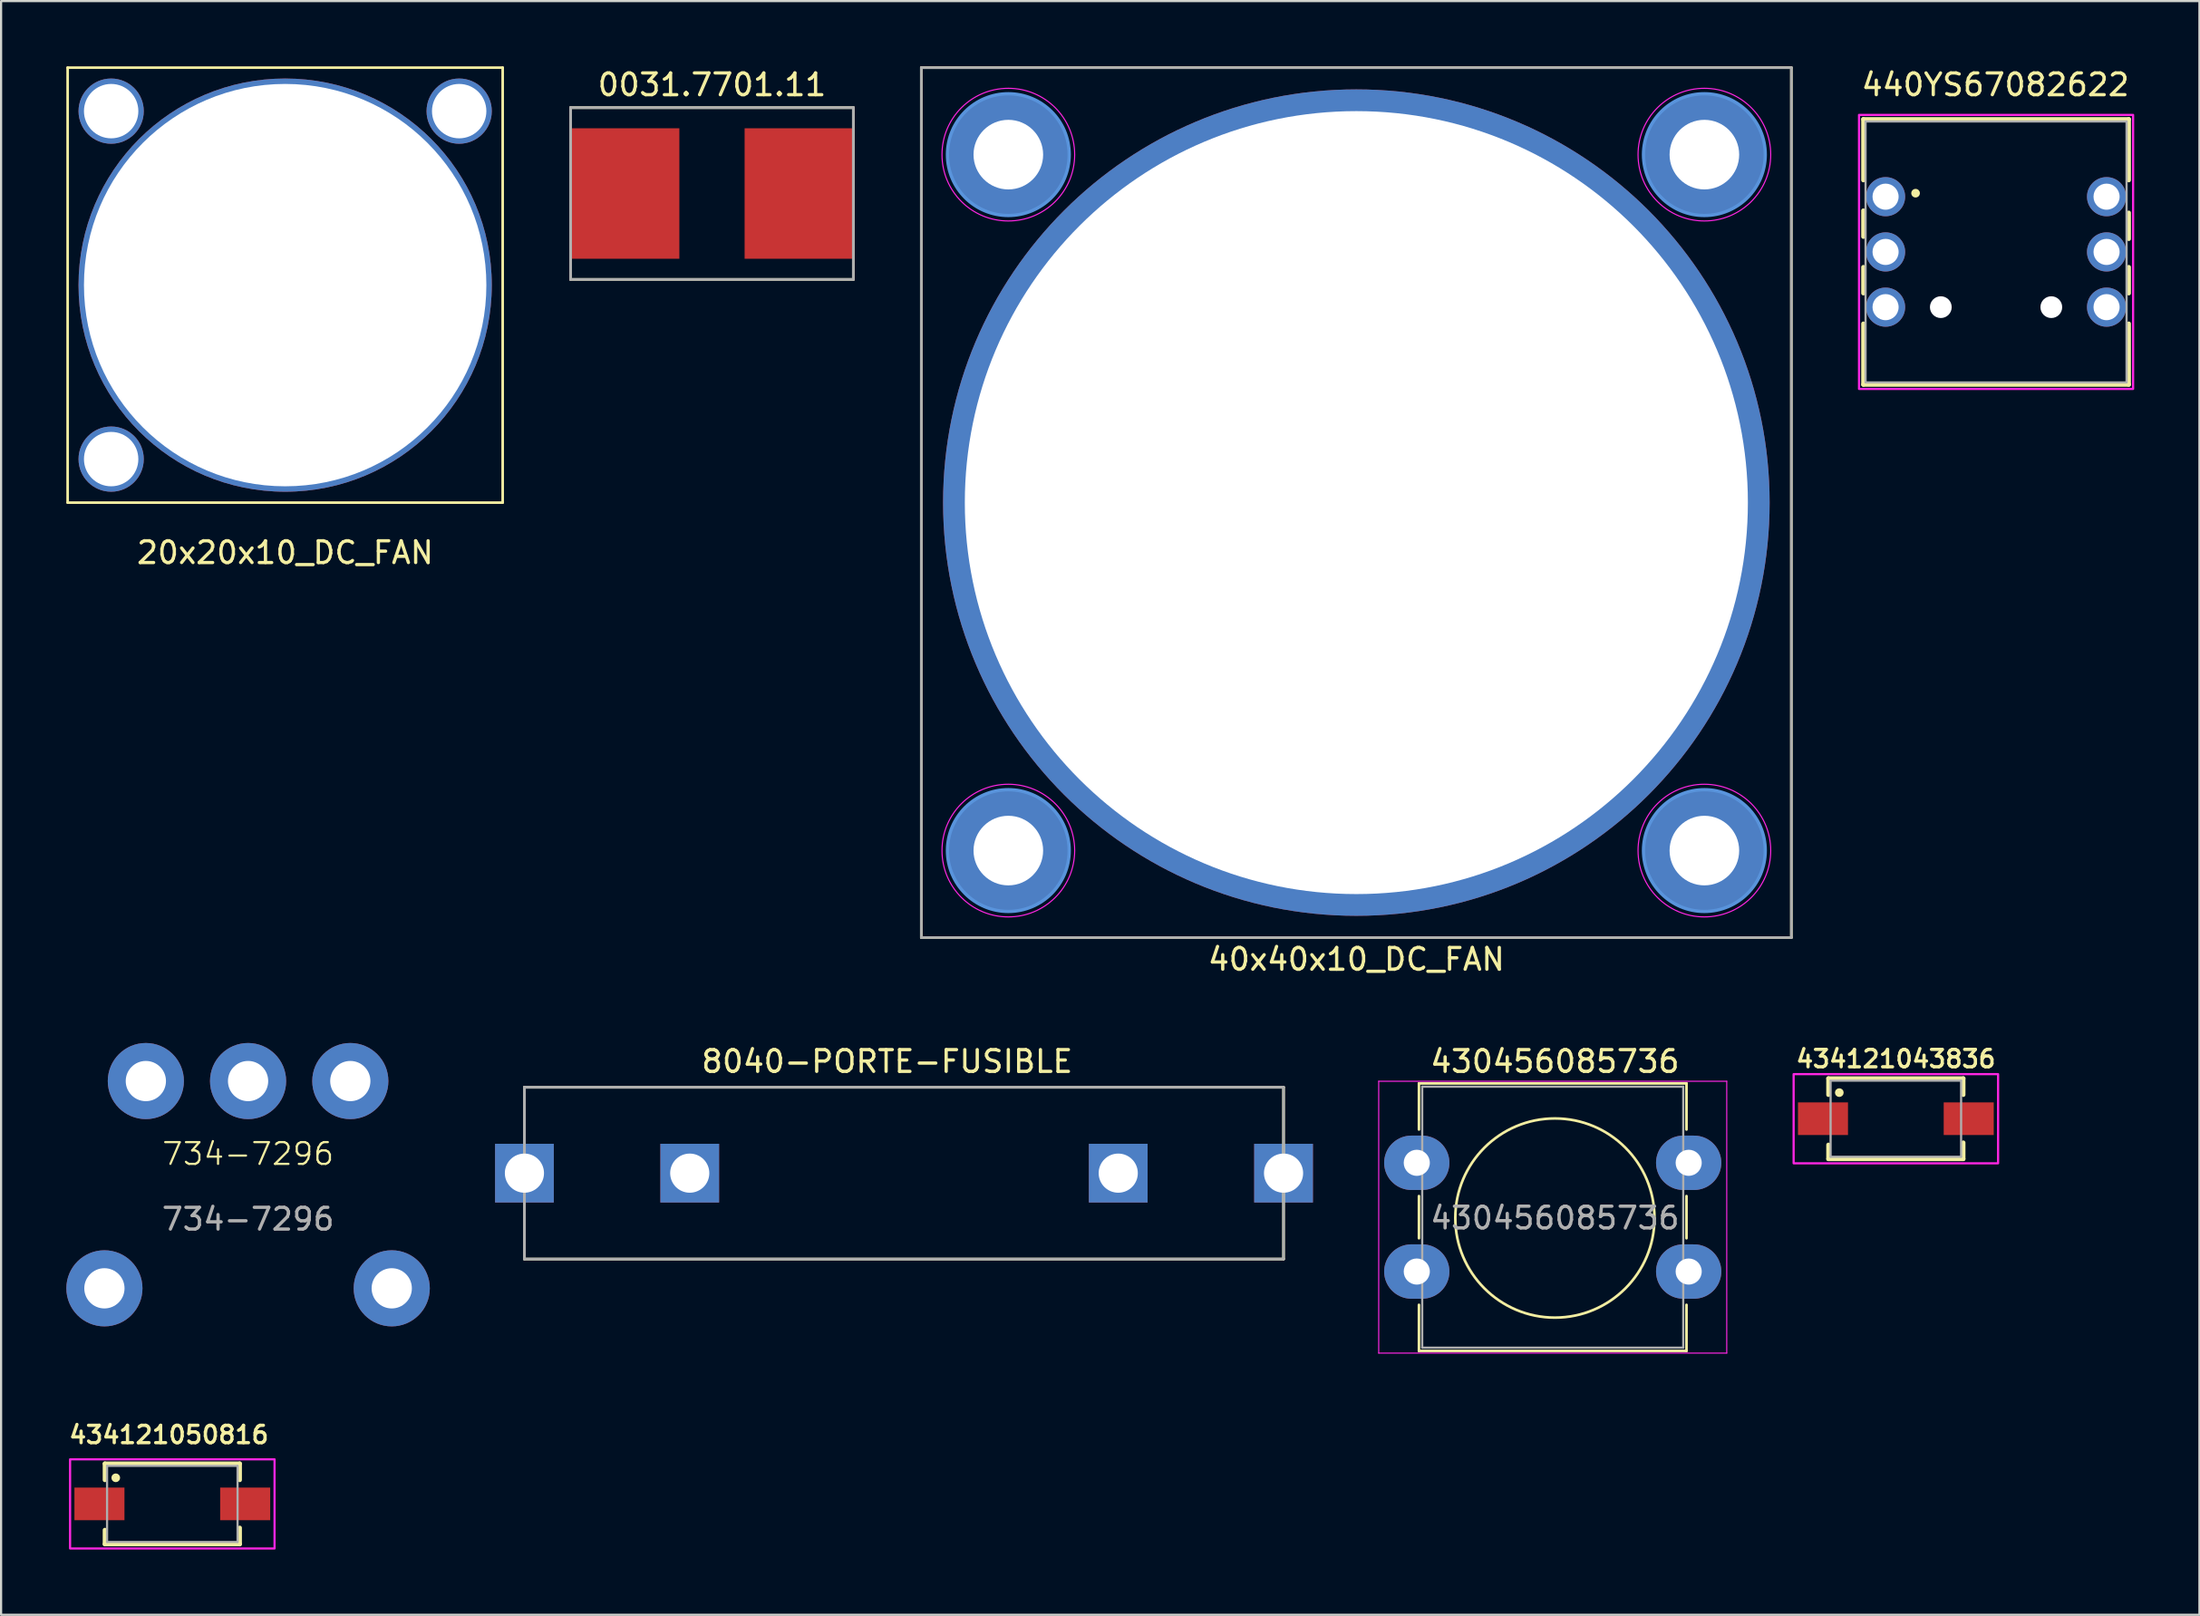
<source format=kicad_pcb>
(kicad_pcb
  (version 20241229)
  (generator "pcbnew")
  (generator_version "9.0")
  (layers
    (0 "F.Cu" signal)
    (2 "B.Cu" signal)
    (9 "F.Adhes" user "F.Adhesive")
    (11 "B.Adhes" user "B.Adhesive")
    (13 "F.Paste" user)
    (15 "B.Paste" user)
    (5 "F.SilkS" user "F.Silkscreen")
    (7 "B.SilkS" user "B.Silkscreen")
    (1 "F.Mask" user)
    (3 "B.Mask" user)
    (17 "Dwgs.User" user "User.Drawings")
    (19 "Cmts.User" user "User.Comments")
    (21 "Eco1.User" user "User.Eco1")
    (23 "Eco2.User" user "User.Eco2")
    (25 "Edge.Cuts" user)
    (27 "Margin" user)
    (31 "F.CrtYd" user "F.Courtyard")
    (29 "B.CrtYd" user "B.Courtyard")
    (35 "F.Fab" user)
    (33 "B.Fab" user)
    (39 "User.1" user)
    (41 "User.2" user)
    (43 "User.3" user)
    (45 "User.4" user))
  (footprint "8040-PORTE-FUSIBLE"
    (layer "F.Cu")
    (at 21.06 50.892)
    (property "Reference" "8040-PORTE-FUSIBLE" (at 16.675 -5.135 0) (layer "F.SilkS") (effects (font (size 1 1) (thickness 0.15))))
    (attr through_hole)
    (fp_line (start 0 -3.95) (end 34.9 -3.95) (stroke (width 0.12) (type solid)) (layer "F.SilkS"))
    (fp_line (start 0 3.95) (end 0 -3.95) (stroke (width 0.12) (type solid)) (layer "F.SilkS"))
    (fp_line (start 34.9 -3.95) (end 34.9 3.95) (stroke (width 0.12) (type solid)) (layer "F.SilkS"))
    (fp_line (start 34.9 3.95) (end 0 3.95) (stroke (width 0.12) (type solid)) (layer "F.SilkS"))
    (fp_line (start 0 -3.95) (end 0 3.95) (stroke (width 0.127) (type solid)) (layer "F.Fab"))
    (fp_line (start 0 3.95) (end 34.9 3.95) (stroke (width 0.127) (type solid)) (layer "F.Fab"))
    (fp_line (start 34.9 -3.95) (end 0 -3.95) (stroke (width 0.127) (type solid)) (layer "F.Fab"))
    (fp_line (start 34.9 3.95) (end 34.9 -3.95) (stroke (width 0.127) (type solid)) (layer "F.Fab"))
    (pad "1" thru_hole rect (at 27.3 0) (size 2.7 2.7) (drill 1.8) (layers "*.Cu" "*.Mask"))
    (pad "1" thru_hole rect (at 34.9 0) (size 2.7 2.7) (drill 1.8) (layers "*.Cu" "*.Mask"))
    (pad "2" thru_hole rect (at 0 0) (size 2.7 2.7) (drill 1.8) (layers "*.Cu" "*.Mask"))
    (pad "2" thru_hole rect (at 7.6 0) (size 2.7 2.7) (drill 1.8) (layers "*.Cu" "*.Mask")))
  (footprint "20x20x10_DC_FAN"
    (layer "F.Cu")
    (at 10.06 10.06)
    (property "Reference" "20x20x10_DC_FAN" (at 0 12.3 0) (layer "F.SilkS") (effects (font (size 1 1) (thickness 0.15))))
    (attr through_hole)
    (fp_line (start -10 -10) (end 10 -10) (stroke (width 0.12) (type solid)) (layer "F.SilkS"))
    (fp_line (start -10 10) (end -10 -10) (stroke (width 0.12) (type solid)) (layer "F.SilkS"))
    (fp_line (start 10 -10) (end 10 10) (stroke (width 0.12) (type solid)) (layer "F.SilkS"))
    (fp_line (start 10 10) (end -10 10) (stroke (width 0.12) (type solid)) (layer "F.SilkS"))
    (pad "" np_thru_hole circle (at -8 -8) (size 3 3) (drill 2.5) (layers "*.Cu" "*.Mask"))
    (pad "" np_thru_hole circle (at -8 8 90) (size 3 3) (drill 2.5) (layers "*.Cu" "*.Mask"))
    (pad "" np_thru_hole circle (at 0 0) (size 19 19) (drill 18.5) (layers "*.Cu" "*.Mask"))
    (pad "" np_thru_hole circle (at 8 -8) (size 3 3) (drill 2.5) (layers "*.Cu" "*.Mask")))
  (footprint "434121050816"
    (layer "F.Cu")
    (at 4.872 66.1)
    (property "Reference" "434121050816" (at -0.156 -3.177 0) (layer "F.SilkS") (effects (font (size 0.8 0.8) (thickness 0.15))))
    (attr through_hole)
    (fp_line (start -3.1 -1.85) (end 3.1 -1.85) (stroke (width 0.2) (type solid)) (layer "F.SilkS"))
    (fp_line (start -3.1 -1.1) (end -3.1 -1.85) (stroke (width 0.2) (type solid)) (layer "F.SilkS"))
    (fp_line (start -3.1 1.2) (end -3.1 1.85) (stroke (width 0.2) (type solid)) (layer "F.SilkS"))
    (fp_line (start -3.1 1.85) (end 3.1 1.85) (stroke (width 0.2) (type solid)) (layer "F.SilkS"))
    (fp_line (start 3.1 -1.85) (end 3.1 -1.1) (stroke (width 0.2) (type solid)) (layer "F.SilkS"))
    (fp_line (start 3.1 1.85) (end 3.1 1.1) (stroke (width 0.2) (type solid)) (layer "F.SilkS"))
    (fp_circle (center -2.6 -1.2) (end -2.5 -1.2) (stroke (width 0.2) (type solid)) (fill no) (layer "F.SilkS"))
    (fp_poly (pts (xy -4.7 -2.05) (xy 4.7 -2.05) (xy 4.7 2.05) (xy -4.7 2.05)) (stroke (width 0.1) (type solid)) (fill no) (layer "F.CrtYd"))
    (fp_line (start -3 -1.75) (end -3 1.75) (stroke (width 0.1) (type solid)) (layer "F.Fab"))
    (fp_line (start -3 1.75) (end 3 1.75) (stroke (width 0.1) (type solid)) (layer "F.Fab"))
    (fp_line (start 3 -1.75) (end -3 -1.75) (stroke (width 0.1) (type solid)) (layer "F.Fab"))
    (fp_line (start 3 1.75) (end 3 -1.75) (stroke (width 0.1) (type solid)) (layer "F.Fab"))
    (pad "1" smd rect (at -3.35 0) (size 2.3 1.5) (layers "F.Cu" "F.Mask" "F.Paste"))
    (pad "2" smd rect (at 3.35 0) (size 2.3 1.5) (layers "F.Cu" "F.Mask" "F.Paste")))
  (footprint "430456085736"
    (layer "F.Cu")
    (at 62.085 50.416)
    (property "Reference" "430456085736" (at 6.35 -4.66 0) (layer "F.SilkS") (effects (font (size 1 1) (thickness 0.15))))
    (attr through_hole)
    (fp_line (start 0.1 -3.65) (end 12.4 -3.65) (stroke (width 0.12) (type solid)) (layer "F.SilkS"))
    (fp_line (start 0.1 -1.53) (end 0.1 -3.65) (stroke (width 0.12) (type solid)) (layer "F.SilkS"))
    (fp_line (start 0.1 3.47) (end 0.1 1.53) (stroke (width 0.12) (type solid)) (layer "F.SilkS"))
    (fp_line (start 0.1 8.65) (end 0.1 6.53) (stroke (width 0.12) (type solid)) (layer "F.SilkS"))
    (fp_line (start 12.4 -3.65) (end 12.4 -1.53) (stroke (width 0.12) (type solid)) (layer "F.SilkS"))
    (fp_line (start 12.4 1.53) (end 12.4 3.47) (stroke (width 0.12) (type solid)) (layer "F.SilkS"))
    (fp_line (start 12.4 6.53) (end 12.4 8.65) (stroke (width 0.12) (type solid)) (layer "F.SilkS"))
    (fp_line (start 12.4 8.65) (end 0.1 8.65) (stroke (width 0.12) (type solid)) (layer "F.SilkS"))
    (fp_circle (center 6.35 2.54) (end 10.929 2.54) (stroke (width 0.12) (type solid)) (fill no) (layer "F.SilkS"))
    (fp_line (start -1.75 -3.75) (end -1.75 8.75) (stroke (width 0.05) (type solid)) (layer "F.CrtYd"))
    (fp_line (start -1.75 8.75) (end 14.25 8.75) (stroke (width 0.05) (type solid)) (layer "F.CrtYd"))
    (fp_line (start 14.25 -3.75) (end -1.75 -3.75) (stroke (width 0.05) (type solid)) (layer "F.CrtYd"))
    (fp_line (start 14.25 8.75) (end 14.25 -3.75) (stroke (width 0.05) (type solid)) (layer "F.CrtYd"))
    (fp_line (start 0.25 -3.5) (end 0.25 8.5) (stroke (width 0.1) (type solid)) (layer "F.Fab"))
    (fp_line (start 0.25 8.5) (end 12.25 8.5) (stroke (width 0.1) (type solid)) (layer "F.Fab"))
    (fp_line (start 12.25 -3.5) (end 0.25 -3.5) (stroke (width 0.1) (type solid)) (layer "F.Fab"))
    (fp_line (start 12.25 8.5) (end 12.25 -3.5) (stroke (width 0.1) (type solid)) (layer "F.Fab"))
    (fp_text user "${REFERENCE}" (at 6.35 2.54 0) (layer "F.Fab") (effects (font (size 1 1) (thickness 0.15))))
    (pad "1" thru_hole oval (at 0 0) (size 3 2.5) (drill 1.2) (layers "*.Cu" "*.Mask"))
    (pad "2" thru_hole oval (at 12.5 0) (size 3 2.5) (drill 1.2) (layers "*.Cu" "*.Mask"))
    (pad "3" thru_hole oval (at 0 5) (size 3 2.5) (drill 1.2) (layers "*.Cu" "*.Mask"))
    (pad "4" thru_hole oval (at 12.5 5) (size 3 2.5) (drill 1.2) (layers "*.Cu" "*.Mask")))
  (footprint "440YS67082622"
    (layer "F.Cu")
    (at 88.717 8.533)
    (property "Reference" "440YS67082622" (at -0.03 -7.685 0) (layer "F.SilkS") (effects (font (size 1 1) (thickness 0.15))))
    (attr through_hole)
    (fp_line (start -6.1 -6.1) (end -6.1 -3.3) (stroke (width 0.2) (type solid)) (layer "F.SilkS"))
    (fp_line (start -6.1 -6.1) (end 6.1 -6.1) (stroke (width 0.2) (type solid)) (layer "F.SilkS"))
    (fp_line (start -6.1 -1.9) (end -6.1 -0.7) (stroke (width 0.2) (type solid)) (layer "F.SilkS"))
    (fp_line (start -6.1 0.7) (end -6.1 1.9) (stroke (width 0.2) (type solid)) (layer "F.SilkS"))
    (fp_line (start -6.1 3.3) (end -6.1 6.1) (stroke (width 0.2) (type solid)) (layer "F.SilkS"))
    (fp_line (start -6.1 6.1) (end 6.1 6.1) (stroke (width 0.2) (type solid)) (layer "F.SilkS"))
    (fp_line (start 6.1 -6.1) (end 6.1 -3.3) (stroke (width 0.2) (type solid)) (layer "F.SilkS"))
    (fp_line (start 6.1 -0.6) (end 6.1 -1.8) (stroke (width 0.2) (type solid)) (layer "F.SilkS"))
    (fp_line (start 6.1 1.9) (end 6.1 0.7) (stroke (width 0.2) (type solid)) (layer "F.SilkS"))
    (fp_line (start 6.1 6.1) (end 6.1 3.3) (stroke (width 0.2) (type solid)) (layer "F.SilkS"))
    (fp_circle (center -3.7 -2.7) (end -3.6 -2.7) (stroke (width 0.2) (type solid)) (fill no) (layer "F.SilkS"))
    (fp_poly (pts (xy -6.3 -6.3) (xy 6.3 -6.3) (xy 6.3 6.3) (xy -6.3 6.3)) (stroke (width 0.1) (type solid)) (fill no) (layer "F.CrtYd"))
    (fp_line (start -6 -6) (end -6 6) (stroke (width 0.1) (type solid)) (layer "F.Fab"))
    (fp_line (start -6 6) (end 6 6) (stroke (width 0.1) (type solid)) (layer "F.Fab"))
    (fp_line (start 6 -6) (end -6 -6) (stroke (width 0.1) (type solid)) (layer "F.Fab"))
    (fp_line (start 6 6) (end 6 -6) (stroke (width 0.1) (type solid)) (layer "F.Fab"))
    (pad "" np_thru_hole circle (at -2.54 2.54) (size 1 1) (drill 1) (layers "*.Cu" "*.Mask"))
    (pad "" np_thru_hole circle (at 2.54 2.54) (size 1 1) (drill 1) (layers "*.Cu" "*.Mask"))
    (pad "1" thru_hole circle (at -5.08 -2.54) (size 1.8 1.8) (drill 1.2) (layers "*.Cu" "*.Mask"))
    (pad "2" thru_hole circle (at -5.08 2.54) (size 1.8 1.8) (drill 1.2) (layers "*.Cu" "*.Mask"))
    (pad "3" thru_hole circle (at 5.08 2.54) (size 1.8 1.8) (drill 1.2) (layers "*.Cu" "*.Mask"))
    (pad "4" thru_hole circle (at 5.08 -2.54) (size 1.8 1.8) (drill 1.2) (layers "*.Cu" "*.Mask"))
    (pad "A" thru_hole circle (at -5.08 0) (size 1.8 1.8) (drill 1.2) (layers "*.Cu" "*.Mask"))
    (pad "B" thru_hole circle (at 5.08 0) (size 1.8 1.8) (drill 1.2) (layers "*.Cu" "*.Mask")))
  (footprint "0031.7701.11"
    (layer "F.Cu")
    (at 29.683 5.848)
    (property "Reference" "0031.7701.11" (at 0 -5 0) (layer "F.SilkS") (effects (font (size 1 1) (thickness 0.15))))
    (attr smd)
    (fp_line (start -6.5 -3.95) (end 6.5 -3.95) (stroke (width 0.12) (type solid)) (layer "F.SilkS"))
    (fp_line (start -6.5 3.95) (end -6.5 -3.95) (stroke (width 0.12) (type solid)) (layer "F.SilkS"))
    (fp_line (start 6.5 -3.95) (end 6.5 3.95) (stroke (width 0.12) (type solid)) (layer "F.SilkS"))
    (fp_line (start 6.5 3.95) (end -6.5 3.95) (stroke (width 0.12) (type solid)) (layer "F.SilkS"))
    (fp_line (start -6.5 -3.95) (end -6.5 3.95) (stroke (width 0.127) (type solid)) (layer "F.Fab"))
    (fp_line (start -6.5 3.95) (end 6.5 3.95) (stroke (width 0.127) (type solid)) (layer "F.Fab"))
    (fp_line (start 6.5 -3.95) (end -6.5 -3.95) (stroke (width 0.127) (type solid)) (layer "F.Fab"))
    (fp_line (start 6.5 3.95) (end 6.5 -3.95) (stroke (width 0.127) (type solid)) (layer "F.Fab"))
    (pad "1" smd rect (at -4 0) (size 5 6) (layers "F.Cu" "F.Mask" "F.Paste"))
    (pad "2" smd rect (at 4 0) (size 5 6) (layers "F.Cu" "F.Mask" "F.Paste")))
  (footprint "434121043836"
    (layer "F.Cu")
    (at 84.11 48.389)
    (property "Reference" "434121043836" (at 0 -2.75 0) (layer "F.SilkS") (effects (font (size 0.8 0.8) (thickness 0.15))))
    (attr through_hole)
    (fp_line (start -3.1 -1.85) (end 3.1 -1.85) (stroke (width 0.2) (type solid)) (layer "F.SilkS"))
    (fp_line (start -3.1 -1.1) (end -3.1 -1.85) (stroke (width 0.2) (type solid)) (layer "F.SilkS"))
    (fp_line (start -3.1 1.2) (end -3.1 1.85) (stroke (width 0.2) (type solid)) (layer "F.SilkS"))
    (fp_line (start -3.1 1.85) (end 3.1 1.85) (stroke (width 0.2) (type solid)) (layer "F.SilkS"))
    (fp_line (start 3.1 -1.85) (end 3.1 -1.1) (stroke (width 0.2) (type solid)) (layer "F.SilkS"))
    (fp_line (start 3.1 1.85) (end 3.1 1.1) (stroke (width 0.2) (type solid)) (layer "F.SilkS"))
    (fp_circle (center -2.6 -1.2) (end -2.5 -1.2) (stroke (width 0.2) (type solid)) (fill no) (layer "F.SilkS"))
    (fp_poly (pts (xy -4.7 -2.05) (xy 4.7 -2.05) (xy 4.7 2.05) (xy -4.7 2.05)) (stroke (width 0.1) (type solid)) (fill no) (layer "F.CrtYd"))
    (fp_line (start -3 -1.75) (end -3 1.75) (stroke (width 0.1) (type solid)) (layer "F.Fab"))
    (fp_line (start -3 1.75) (end 3 1.75) (stroke (width 0.1) (type solid)) (layer "F.Fab"))
    (fp_line (start 3 -1.75) (end -3 -1.75) (stroke (width 0.1) (type solid)) (layer "F.Fab"))
    (fp_line (start 3 1.75) (end 3 -1.75) (stroke (width 0.1) (type solid)) (layer "F.Fab"))
    (pad "1" smd rect (at -3.35 0) (size 2.3 1.5) (layers "F.Cu" "F.Mask" "F.Paste"))
    (pad "2" smd rect (at 3.35 0) (size 2.3 1.5) (layers "F.Cu" "F.Mask" "F.Paste")))
  (footprint "734-7296"
    (layer "F.Cu")
    (at 8.355 46.658)
    (property "Reference" "734-7296" (at 0 3.35 0) (unlocked yes) (layer "F.SilkS") (effects (font (size 1 1) (thickness 0.1))))
    (attr through_hole)
    (fp_text user "${REFERENCE}" (at 0 6.35 0) (unlocked yes) (layer "F.Fab") (effects (font (size 1 1) (thickness 0.15))))
    (pad "1" thru_hole circle (at 4.7 0) (size 3.5 3.5) (drill 1.85) (layers "*.Cu" "*.Mask"))
    (pad "2" thru_hole circle (at 0 0) (size 3.5 3.5) (drill 1.85) (layers "*.Cu" "*.Mask"))
    (pad "3" thru_hole circle (at -4.7 0) (size 3.5 3.5) (drill 1.85) (layers "*.Cu" "*.Mask"))
    (pad "4" thru_hole circle (at -6.605 9.53) (size 3.5 3.5) (drill 1.85) (layers "*.Cu" "*.Mask"))
    (pad "4" thru_hole circle (at 6.605 9.53) (size 3.5 3.5) (drill 1.85) (layers "*.Cu" "*.Mask")))
  (footprint "40x40x10_DC_FAN"
    (layer "F.Cu")
    (at 59.307 20.06)
    (property "Reference" "40x40x10_DC_FAN" (at 0 21 0) (layer "F.SilkS") (effects (font (size 1 1) (thickness 0.15))))
    (attr through_hole)
    (fp_line (start -20 -20) (end 20 -20) (stroke (width 0.12) (type solid)) (layer "F.SilkS"))
    (fp_line (start -20 20) (end -20 -20) (stroke (width 0.12) (type solid)) (layer "F.SilkS"))
    (fp_line (start 20 -20) (end 20 20) (stroke (width 0.12) (type solid)) (layer "F.SilkS"))
    (fp_line (start 20 20) (end -20 20) (stroke (width 0.12) (type solid)) (layer "F.SilkS"))
    (fp_circle (center -16 -16) (end -13.2 -16) (stroke (width 0.15) (type solid)) (fill no) (layer "Cmts.User"))
    (fp_circle (center -16 16) (end -13.2 16) (stroke (width 0.15) (type solid)) (fill no) (layer "Cmts.User"))
    (fp_circle (center 16 -16) (end 18.8 -16) (stroke (width 0.15) (type solid)) (fill no) (layer "Cmts.User"))
    (fp_circle (center 16 16) (end 18.8 16) (stroke (width 0.15) (type solid)) (fill no) (layer "Cmts.User"))
    (fp_circle (center -16 -16) (end -12.95 -16) (stroke (width 0.05) (type solid)) (fill no) (layer "F.CrtYd"))
    (fp_circle (center -16 16) (end -12.95 16) (stroke (width 0.05) (type solid)) (fill no) (layer "F.CrtYd"))
    (fp_circle (center 16 -16) (end 19.05 -16) (stroke (width 0.05) (type solid)) (fill no) (layer "F.CrtYd"))
    (fp_circle (center 16 16) (end 19.05 16) (stroke (width 0.05) (type solid)) (fill no) (layer "F.CrtYd"))
    (fp_line (start -20 -20) (end 20 -20) (stroke (width 0.12) (type solid)) (layer "F.Fab"))
    (fp_line (start -20 20) (end -20 -20) (stroke (width 0.12) (type solid)) (layer "F.Fab"))
    (fp_line (start 20 -20) (end 20 20) (stroke (width 0.12) (type solid)) (layer "F.Fab"))
    (fp_line (start 20 20) (end -20 20) (stroke (width 0.12) (type solid)) (layer "F.Fab"))
    (pad "" np_thru_hole circle (at -16 -16) (size 5.6 5.6) (drill 3.2) (layers "*.Cu" "*.Mask"))
    (pad "" np_thru_hole circle (at -16 16) (size 5.6 5.6) (drill 3.2) (layers "*.Cu" "*.Mask"))
    (pad "" np_thru_hole circle (at 0 0) (size 38 38) (drill 36) (layers "*.Cu" "*.Mask"))
    (pad "" np_thru_hole circle (at 16 -16) (size 5.6 5.6) (drill 3.2) (layers "*.Cu" "*.Mask"))
    (pad "" np_thru_hole circle (at 16 16) (size 5.6 5.6) (drill 3.2) (layers "*.Cu" "*.Mask")))
  (gr_rect
    (start -3 -3)
    (end 98.067 71.2)
    (stroke (width 0.1) (type default))
    (fill no)
    (layer "Edge.Cuts")))
</source>
